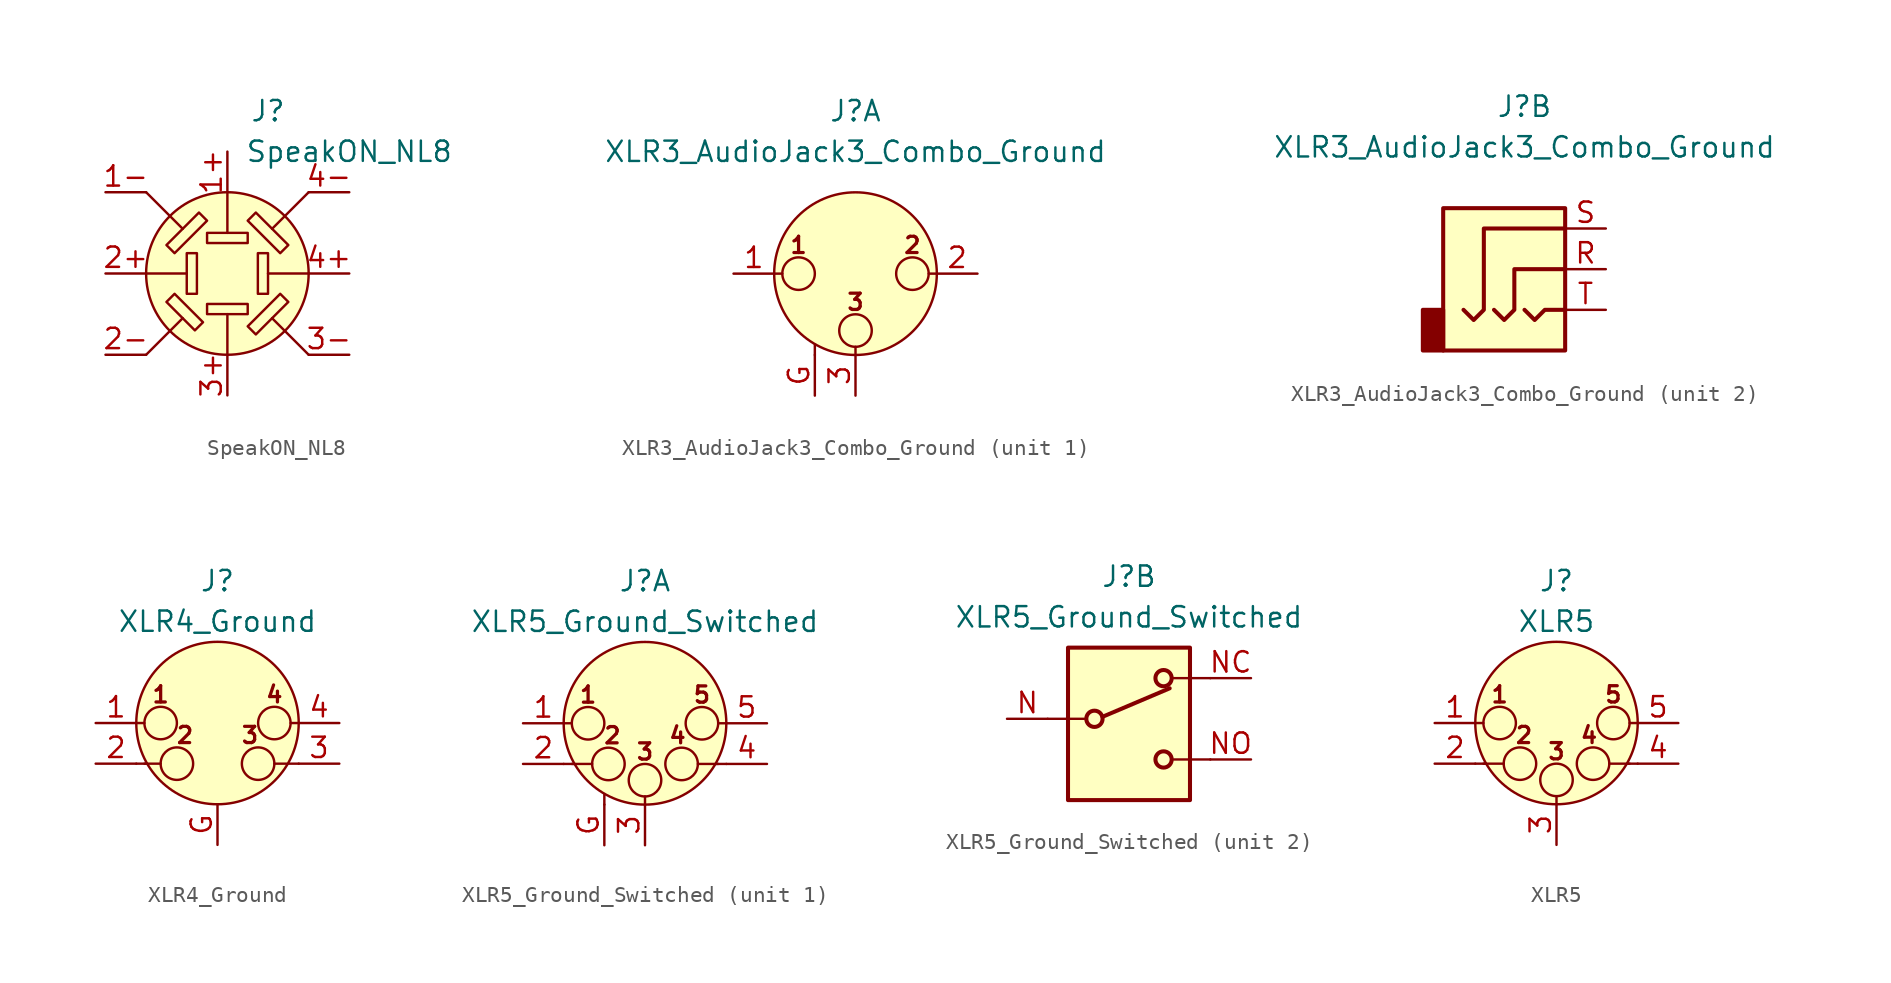
<source format=kicad_sym>
(kicad_symbol_lib
  (version 20241209)
  (generator "kicad_symbol_editor")
  (generator_version "9.0")
  (symbol "SpeakON_NL8"
    (pin_names
      (hide yes))
    (property "Reference" "J"
      (at 2.54 10.16 0)
      (effects (font (size 1.27 1.27))))
    (property "Value" "SpeakON_NL8"
      (at 7.62 7.62 0)
      (effects (font (size 1.27 1.27))))
    (symbol "SpeakON_NL8_0_1"
      (polyline (pts (xy -5.08 0) (xy -2.54 0)) (stroke (width 0) (type default)) (fill (type none)))
      (polyline (pts (xy -5.08 -5.08) (xy -2.794 -2.794)) (stroke (width 0) (type default)) (fill (type none)))
      (polyline (pts (xy -3.302 -1.27) (xy -1.524 -3.048) (xy -2.032 -3.556) (xy -3.81 -1.778) (xy -3.302 -1.27)) (stroke (width 0) (type default)) (fill (type none)))
      (polyline (pts (xy -2.794 2.794) (xy -5.08 5.08)) (stroke (width 0) (type default)) (fill (type none)))
      (rectangle (start -2.54 1.27) (end -1.905 -1.27) (stroke (width 0) (type default)) (fill (type none)))
      (polyline (pts (xy -1.27 3.302) (xy -3.302 1.27) (xy -3.81 1.778) (xy -1.778 3.81) (xy -1.27 3.302)) (stroke (width 0) (type default)) (fill (type none)))
      (rectangle (start -1.27 2.54) (end 1.27 1.905) (stroke (width 0) (type default)) (fill (type none)))
      (rectangle (start -1.27 -2.54) (end 1.27 -1.905) (stroke (width 0) (type default)) (fill (type none)))
      (polyline (pts (xy 0 5.08) (xy 0 2.54)) (stroke (width 0) (type default)) (fill (type none)))
      (circle (center 0 0) (radius 5.08) (stroke (width 0) (type default)) (fill (type background)))
      (polyline (pts (xy 0 -5.08) (xy 0 -2.54)) (stroke (width 0) (type default)) (fill (type none)))
      (polyline (pts (xy 1.27 3.302) (xy 3.302 1.27) (xy 3.81 1.778) (xy 1.778 3.81) (xy 1.27 3.302)) (stroke (width 0) (type default)) (fill (type none)))
      (rectangle (start 2.54 1.27) (end 1.905 -1.27) (stroke (width 0) (type default)) (fill (type none)))
      (polyline (pts (xy 3.302 -1.27) (xy 1.27 -3.302) (xy 1.778 -3.81) (xy 3.81 -1.778) (xy 3.302 -1.27)) (stroke (width 0) (type default)) (fill (type none)))
      (polyline (pts (xy 5.08 5.08) (xy 2.794 2.794)) (stroke (width 0) (type default)) (fill (type none)))
      (polyline (pts (xy 5.08 0) (xy 2.54 0)) (stroke (width 0) (type default)) (fill (type none)))
      (polyline (pts (xy 5.08 -5.08) (xy 2.794 -2.794)) (stroke (width 0) (type default)) (fill (type none)))
      (pin passive line (at -7.62 5.08 0) (length 2.54) (name "1-" (effects (font (size 1.27 1.27)))) (number "1-" (effects (font (size 1.27 1.27)))))
      (pin passive line (at -7.62 0 0) (length 2.54) (name "2+" (effects (font (size 1.27 1.27)))) (number "2+" (effects (font (size 1.27 1.27)))))
      (pin passive line (at -7.62 -5.08 0) (length 2.54) (name "2-" (effects (font (size 1.27 1.27)))) (number "2-" (effects (font (size 1.27 1.27)))))
      (pin passive line (at 0 -7.62 90) (length 2.54) (name "3+" (effects (font (size 1.27 1.27)))) (number "3+" (effects (font (size 1.27 1.27)))))
      (pin passive line (at 7.62 5.08 180) (length 2.54) (name "4-" (effects (font (size 1.27 1.27)))) (number "4-" (effects (font (size 1.27 1.27)))))
      (pin passive line (at 7.62 0 180) (length 2.54) (name "4+" (effects (font (size 1.27 1.27)))) (number "4+" (effects (font (size 1.27 1.27)))))
      (pin passive line (at 7.62 -5.08 180) (length 2.54) (name "3-" (effects (font (size 1.27 1.27)))) (number "3-" (effects (font (size 1.27 1.27))))))
    (symbol "SpeakON_NL8_1_1"
      (pin passive line (at 0 7.62 270) (length 2.54) (name "1+" (effects (font (size 1.27 1.27)))) (number "1+" (effects (font (size 1.27 1.27)))))))
  (symbol "XLR3_AudioJack3_Combo_Ground"
    (pin_names
      (hide yes))
    (property "Reference" "J"
      (at 0 10.16 0)
      (effects (font (size 1.27 1.27))))
    (property "Value" "XLR3_AudioJack3_Combo_Ground"
      (at 0 7.62 0)
      (effects (font (size 1.27 1.27))))
    (symbol "XLR3_AudioJack3_Combo_Ground_1_1"
      (polyline (pts (xy -5.08 0) (xy -4.572 0)) (stroke (width 0) (type default)) (fill (type none)))
      (circle (center -3.556 0) (radius 1.016) (stroke (width 0) (type default)) (fill (type none)))
      (polyline (pts (xy -2.54 -5.08) (xy -2.54 -4.445)) (stroke (width 0) (type default)) (fill (type none)))
      (circle (center 0 0) (radius 5.08) (stroke (width 0) (type default)) (fill (type background)))
      (circle (center 0 -3.556) (radius 1.016) (stroke (width 0) (type default)) (fill (type none)))
      (polyline (pts (xy 0 -5.08) (xy 0 -4.572)) (stroke (width 0) (type default)) (fill (type none)))
      (circle (center 3.556 0) (radius 1.016) (stroke (width 0) (type default)) (fill (type none)))
      (polyline (pts (xy 5.08 0) (xy 4.572 0)) (stroke (width 0) (type default)) (fill (type none)))
      (text "1" (at -3.556 1.778 0) (effects (font (size 1.016 1.016) (bold yes))))
      (text "3" (at 0 -1.778 0) (effects (font (size 1.016 1.016) (bold yes))))
      (text "2" (at 3.556 1.778 0) (effects (font (size 1.016 1.016) (bold yes))))
      (pin passive line (at -7.62 0 0) (length 2.54) (name "~" (effects (font (size 1.27 1.27)))) (number "1" (effects (font (size 1.27 1.27)))))
      (pin passive line (at -2.54 -7.62 90) (length 2.54) (name "~" (effects (font (size 1.27 1.27)))) (number "G" (effects (font (size 1.27 1.27)))))
      (pin passive line (at 0 -7.62 90) (length 2.54) (name "~" (effects (font (size 1.27 1.27)))) (number "3" (effects (font (size 1.27 1.27)))))
      (pin passive line (at 7.62 0 180) (length 2.54) (name "~" (effects (font (size 1.27 1.27)))) (number "2" (effects (font (size 1.27 1.27))))))
    (symbol "XLR3_AudioJack3_Combo_Ground_2_1"
      (rectangle (start -5.08 -2.54) (end -6.35 -5.08) (stroke (width 0.254) (type default)) (fill (type outline)))
      (polyline (pts (xy -1.905 -2.54) (xy -1.27 -3.175) (xy -0.635 -2.54) (xy -0.635 0) (xy 2.54 0)) (stroke (width 0.254) (type default)) (fill (type none)))
      (polyline (pts (xy 0 -2.54) (xy 0.635 -3.175) (xy 1.27 -2.54) (xy 2.54 -2.54)) (stroke (width 0.254) (type default)) (fill (type none)))
      (rectangle (start 2.54 3.81) (end -5.08 -5.08) (stroke (width 0.254) (type default)) (fill (type background)))
      (polyline (pts (xy 2.54 2.54) (xy -2.54 2.54) (xy -2.54 -2.54) (xy -3.175 -3.175) (xy -3.81 -2.54)) (stroke (width 0.254) (type default)) (fill (type none)))
      (pin passive line (at 5.08 2.54 180) (length 2.54) (name "~" (effects (font (size 1.27 1.27)))) (number "S" (effects (font (size 1.27 1.27)))))
      (pin passive line (at 5.08 0 180) (length 2.54) (name "~" (effects (font (size 1.27 1.27)))) (number "R" (effects (font (size 1.27 1.27)))))
      (pin passive line (at 5.08 -2.54 180) (length 2.54) (name "~" (effects (font (size 1.27 1.27)))) (number "T" (effects (font (size 1.27 1.27)))))))
  (symbol "XLR4_Ground"
    (pin_names
      (hide yes))
    (property "Reference" "J"
      (at 0 8.89 0)
      (effects (font (size 1.27 1.27))))
    (property "Value" "XLR4_Ground"
      (at 0 6.35 0)
      (effects (font (size 1.27 1.27))))
    (symbol "XLR4_Ground_0_1"
      (polyline (pts (xy -5.08 0) (xy -4.572 0)) (stroke (width 0) (type default)) (fill (type none)))
      (polyline (pts (xy -5.08 -2.54) (xy -4.445 -2.54)) (stroke (width 0) (type default)) (fill (type none)))
      (polyline (pts (xy -4.572 -2.54) (xy -3.556 -2.54)) (stroke (width 0) (type default)) (fill (type none)))
      (circle (center -3.556 0) (radius 1.016) (stroke (width 0) (type default)) (fill (type none)))
      (circle (center -2.54 -2.54) (radius 1.016) (stroke (width 0) (type default)) (fill (type none)))
      (circle (center 0 0) (radius 5.08) (stroke (width 0) (type default)) (fill (type background)))
      (circle (center 2.54 -2.54) (radius 1.016) (stroke (width 0) (type default)) (fill (type none)))
      (circle (center 3.556 0) (radius 1.016) (stroke (width 0) (type default)) (fill (type none)))
      (polyline (pts (xy 4.318 -2.54) (xy 3.556 -2.54)) (stroke (width 0) (type default)) (fill (type none)))
      (polyline (pts (xy 5.08 0) (xy 4.572 0)) (stroke (width 0) (type default)) (fill (type none)))
      (polyline (pts (xy 5.08 -2.54) (xy 4.445 -2.54)) (stroke (width 0) (type default)) (fill (type none)))
      (text "1" (at -3.556 1.778 0) (effects (font (size 1.016 1.016) (bold yes))))
      (text "2" (at -2.032 -0.762 0) (effects (font (size 1.016 1.016) (bold yes))))
      (text "3" (at 2.032 -0.762 0) (effects (font (size 1.016 1.016) (bold yes))))
      (text "4" (at 3.556 1.778 0) (effects (font (size 1.016 1.016) (bold yes)))))
    (symbol "XLR4_Ground_1_1"
      (pin passive line (at -7.62 0 0) (length 2.54) (name "~" (effects (font (size 1.27 1.27)))) (number "1" (effects (font (size 1.27 1.27)))))
      (pin passive line (at -7.62 -2.54 0) (length 2.54) (name "~" (effects (font (size 1.27 1.27)))) (number "2" (effects (font (size 1.27 1.27)))))
      (pin passive line (at 0 -7.62 90) (length 2.54) (name "~" (effects (font (size 1.27 1.27)))) (number "G" (effects (font (size 1.27 1.27)))))
      (pin passive line (at 7.62 0 180) (length 2.54) (name "~" (effects (font (size 1.27 1.27)))) (number "4" (effects (font (size 1.27 1.27)))))
      (pin passive line (at 7.62 -2.54 180) (length 2.54) (name "~" (effects (font (size 1.27 1.27)))) (number "3" (effects (font (size 1.27 1.27)))))))
  (symbol "XLR5_Ground_Switched"
    (pin_names
      (hide yes))
    (property "Reference" "J"
      (at 0 8.89 0)
      (effects (font (size 1.27 1.27))))
    (property "Value" "XLR5_Ground_Switched"
      (at 0 6.35 0)
      (effects (font (size 1.27 1.27))))
    (property "ki_locked" ""
      (at 0 0 0)
      (effects (font (size 1.27 1.27))))
    (symbol "XLR5_Ground_Switched_1_1"
      (polyline (pts (xy -5.08 0) (xy -4.572 0)) (stroke (width 0) (type default)) (fill (type none)))
      (polyline (pts (xy -5.08 -2.54) (xy -4.445 -2.54)) (stroke (width 0) (type default)) (fill (type none)))
      (polyline (pts (xy -4.572 -2.54) (xy -3.302 -2.54)) (stroke (width 0) (type default)) (fill (type none)))
      (circle (center -3.556 0) (radius 1.016) (stroke (width 0) (type default)) (fill (type none)))
      (polyline (pts (xy -2.54 -5.08) (xy -2.54 -4.445)) (stroke (width 0) (type default)) (fill (type none)))
      (circle (center -2.286 -2.54) (radius 1.016) (stroke (width 0) (type default)) (fill (type none)))
      (circle (center 0 0) (radius 5.08) (stroke (width 0) (type default)) (fill (type background)))
      (circle (center 0 -3.556) (radius 1.016) (stroke (width 0) (type default)) (fill (type none)))
      (polyline (pts (xy 0 -5.08) (xy 0 -4.572)) (stroke (width 0) (type default)) (fill (type none)))
      (circle (center 2.286 -2.54) (radius 1.016) (stroke (width 0) (type default)) (fill (type none)))
      (circle (center 3.556 0) (radius 1.016) (stroke (width 0) (type default)) (fill (type none)))
      (polyline (pts (xy 4.572 -2.54) (xy 3.302 -2.54)) (stroke (width 0) (type default)) (fill (type none)))
      (polyline (pts (xy 5.08 0) (xy 4.572 0)) (stroke (width 0) (type default)) (fill (type none)))
      (polyline (pts (xy 5.08 -2.54) (xy 4.445 -2.54)) (stroke (width 0) (type default)) (fill (type none)))
      (text "1" (at -3.556 1.778 0) (effects (font (size 1.016 1.016) (bold yes))))
      (text "2" (at -2.032 -0.762 0) (effects (font (size 1.016 1.016) (bold yes))))
      (text "3" (at 0 -1.778 0) (effects (font (size 1.016 1.016) (bold yes))))
      (text "4" (at 2.032 -0.762 0) (effects (font (size 1.016 1.016) (bold yes))))
      (text "5" (at 3.556 1.778 0) (effects (font (size 1.016 1.016) (bold yes))))
      (pin passive line (at -7.62 0 0) (length 2.54) (name "P1" (effects (font (size 1.27 1.27)))) (number "1" (effects (font (size 1.27 1.27)))))
      (pin passive line (at -7.62 -2.54 0) (length 2.54) (name "P2" (effects (font (size 1.27 1.27)))) (number "2" (effects (font (size 1.27 1.27)))))
      (pin passive line (at -2.54 -7.62 90) (length 2.54) (name "~" (effects (font (size 1.27 1.27)))) (number "G" (effects (font (size 1.27 1.27)))))
      (pin passive line (at 0 -7.62 90) (length 2.54) (name "P3" (effects (font (size 1.27 1.27)))) (number "3" (effects (font (size 1.27 1.27)))))
      (pin passive line (at 7.62 0 180) (length 2.54) (name "P5" (effects (font (size 1.27 1.27)))) (number "5" (effects (font (size 1.27 1.27)))))
      (pin passive line (at 7.62 -2.54 180) (length 2.54) (name "P3" (effects (font (size 1.27 1.27)))) (number "4" (effects (font (size 1.27 1.27))))))
    (symbol "XLR5_Ground_Switched_2_1"
      (polyline (pts (xy -5.08 0) (xy -2.794 0)) (stroke (width 0) (type default)) (fill (type none)))
      (rectangle (start -3.81 4.445) (end 3.81 -5.08) (stroke (width 0.254) (type default)) (fill (type background)))
      (circle (center -2.159 0) (radius 0.508) (stroke (width 0.254) (type default)) (fill (type none)))
      (polyline (pts (xy -1.651 0.127) (xy 2.54 1.905)) (stroke (width 0.254) (type default)) (fill (type none)))
      (circle (center 2.159 2.54) (radius 0.508) (stroke (width 0.254) (type default)) (fill (type none)))
      (circle (center 2.159 -2.54) (radius 0.508) (stroke (width 0.254) (type default)) (fill (type none)))
      (polyline (pts (xy 5.08 2.54) (xy 2.794 2.54)) (stroke (width 0) (type default)) (fill (type none)))
      (polyline (pts (xy 5.08 -2.54) (xy 2.794 -2.54)) (stroke (width 0) (type default)) (fill (type none)))
      (pin passive line (at -7.62 0 0) (length 2.54) (name "~" (effects (font (size 1.27 1.27)))) (number "N" (effects (font (size 1.27 1.27)))))
      (pin passive line (at 7.62 2.54 180) (length 2.54) (name "~" (effects (font (size 1.27 1.27)))) (number "NC" (effects (font (size 1.27 1.27)))))
      (pin passive line (at 7.62 -2.54 180) (length 2.54) (name "~" (effects (font (size 1.27 1.27)))) (number "NO" (effects (font (size 1.27 1.27)))))))
  (symbol "XLR5"
    (pin_names
      (hide yes))
    (property "Reference" "J"
      (at 0 8.89 0)
      (effects (font (size 1.27 1.27))))
    (property "Value" "XLR5"
      (at 0 6.35 0)
      (effects (font (size 1.27 1.27))))
    (symbol "XLR5_0_1"
      (polyline (pts (xy -5.08 0) (xy -4.572 0)) (stroke (width 0) (type default)) (fill (type none)))
      (polyline (pts (xy -5.08 -2.54) (xy -4.445 -2.54)) (stroke (width 0) (type default)) (fill (type none)))
      (polyline (pts (xy -4.572 -2.54) (xy -3.302 -2.54)) (stroke (width 0) (type default)) (fill (type none)))
      (circle (center -3.556 0) (radius 1.016) (stroke (width 0) (type default)) (fill (type none)))
      (circle (center -2.286 -2.54) (radius 1.016) (stroke (width 0) (type default)) (fill (type none)))
      (circle (center 0 0) (radius 5.08) (stroke (width 0) (type default)) (fill (type background)))
      (circle (center 0 -3.556) (radius 1.016) (stroke (width 0) (type default)) (fill (type none)))
      (polyline (pts (xy 0 -5.08) (xy 0 -4.572)) (stroke (width 0) (type default)) (fill (type none)))
      (circle (center 2.286 -2.54) (radius 1.016) (stroke (width 0) (type default)) (fill (type none)))
      (circle (center 3.556 0) (radius 1.016) (stroke (width 0) (type default)) (fill (type none)))
      (polyline (pts (xy 4.572 -2.54) (xy 3.302 -2.54)) (stroke (width 0) (type default)) (fill (type none)))
      (polyline (pts (xy 5.08 0) (xy 4.572 0)) (stroke (width 0) (type default)) (fill (type none)))
      (polyline (pts (xy 5.08 -2.54) (xy 4.445 -2.54)) (stroke (width 0) (type default)) (fill (type none)))
      (text "1" (at -3.556 1.778 0) (effects (font (size 1.016 1.016) (bold yes))))
      (text "2" (at -2.032 -0.762 0) (effects (font (size 1.016 1.016) (bold yes))))
      (text "3" (at 0 -1.778 0) (effects (font (size 1.016 1.016) (bold yes))))
      (text "4" (at 2.032 -0.762 0) (effects (font (size 1.016 1.016) (bold yes))))
      (text "5" (at 3.556 1.778 0) (effects (font (size 1.016 1.016) (bold yes)))))
    (symbol "XLR5_1_1"
      (pin passive line (at -7.62 0 0) (length 2.54) (name "P1" (effects (font (size 1.27 1.27)))) (number "1" (effects (font (size 1.27 1.27)))))
      (pin passive line (at -7.62 -2.54 0) (length 2.54) (name "P2" (effects (font (size 1.27 1.27)))) (number "2" (effects (font (size 1.27 1.27)))))
      (pin passive line (at 0 -7.62 90) (length 2.54) (name "P3" (effects (font (size 1.27 1.27)))) (number "3" (effects (font (size 1.27 1.27)))))
      (pin passive line (at 7.62 0 180) (length 2.54) (name "P5" (effects (font (size 1.27 1.27)))) (number "5" (effects (font (size 1.27 1.27)))))
      (pin passive line (at 7.62 -2.54 180) (length 2.54) (name "P3" (effects (font (size 1.27 1.27)))) (number "4" (effects (font (size 1.27 1.27))))))))
</source>
